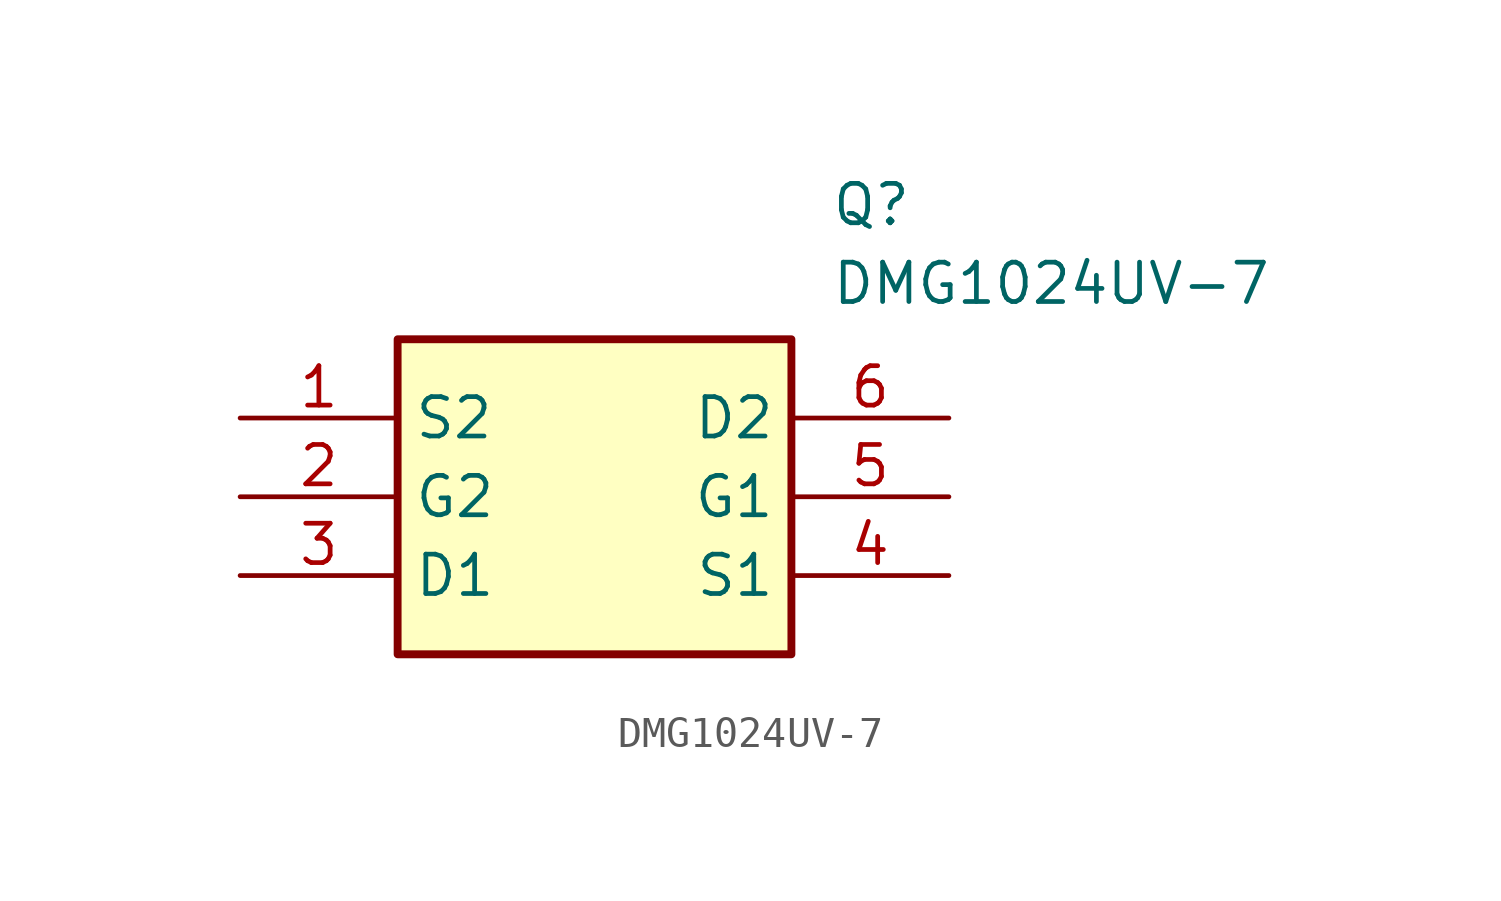
<source format=kicad_sym>
(kicad_symbol_lib
  (version 20211014)
  (generator SamacSys_ECAD_Model)
  (symbol "DMG1024UV-7"
    (property "Reference" "Q"
      (at 19.05 7.62 0)
      (effects (font (size 1.27 1.27)) (justify left top)))
    (property "Value" "DMG1024UV-7"
      (at 19.05 5.08 0)
      (effects (font (size 1.27 1.27)) (justify left top)))
    (rectangle
      (start 5.08 2.54)
      (end 17.78 -7.62)
      (stroke (width 0.254) (type default))
      (fill (type background)))
    (pin passive line
      (at 0 0 0)
      (length 5.08)
      (name "S2" (effects (font (size 1.27 1.27))))
      (number "1" (effects (font (size 1.27 1.27)))))
    (pin passive line
      (at 0 -2.54 0)
      (length 5.08)
      (name "G2" (effects (font (size 1.27 1.27))))
      (number "2" (effects (font (size 1.27 1.27)))))
    (pin passive line
      (at 0 -5.08 0)
      (length 5.08)
      (name "D1" (effects (font (size 1.27 1.27))))
      (number "3" (effects (font (size 1.27 1.27)))))
    (pin passive line
      (at 22.86 -5.08 180)
      (length 5.08)
      (name "S1" (effects (font (size 1.27 1.27))))
      (number "4" (effects (font (size 1.27 1.27)))))
    (pin passive line
      (at 22.86 -2.54 180)
      (length 5.08)
      (name "G1" (effects (font (size 1.27 1.27))))
      (number "5" (effects (font (size 1.27 1.27)))))
    (pin passive line
      (at 22.86 0 180)
      (length 5.08)
      (name "D2" (effects (font (size 1.27 1.27))))
      (number "6" (effects (font (size 1.27 1.27)))))))
</source>
